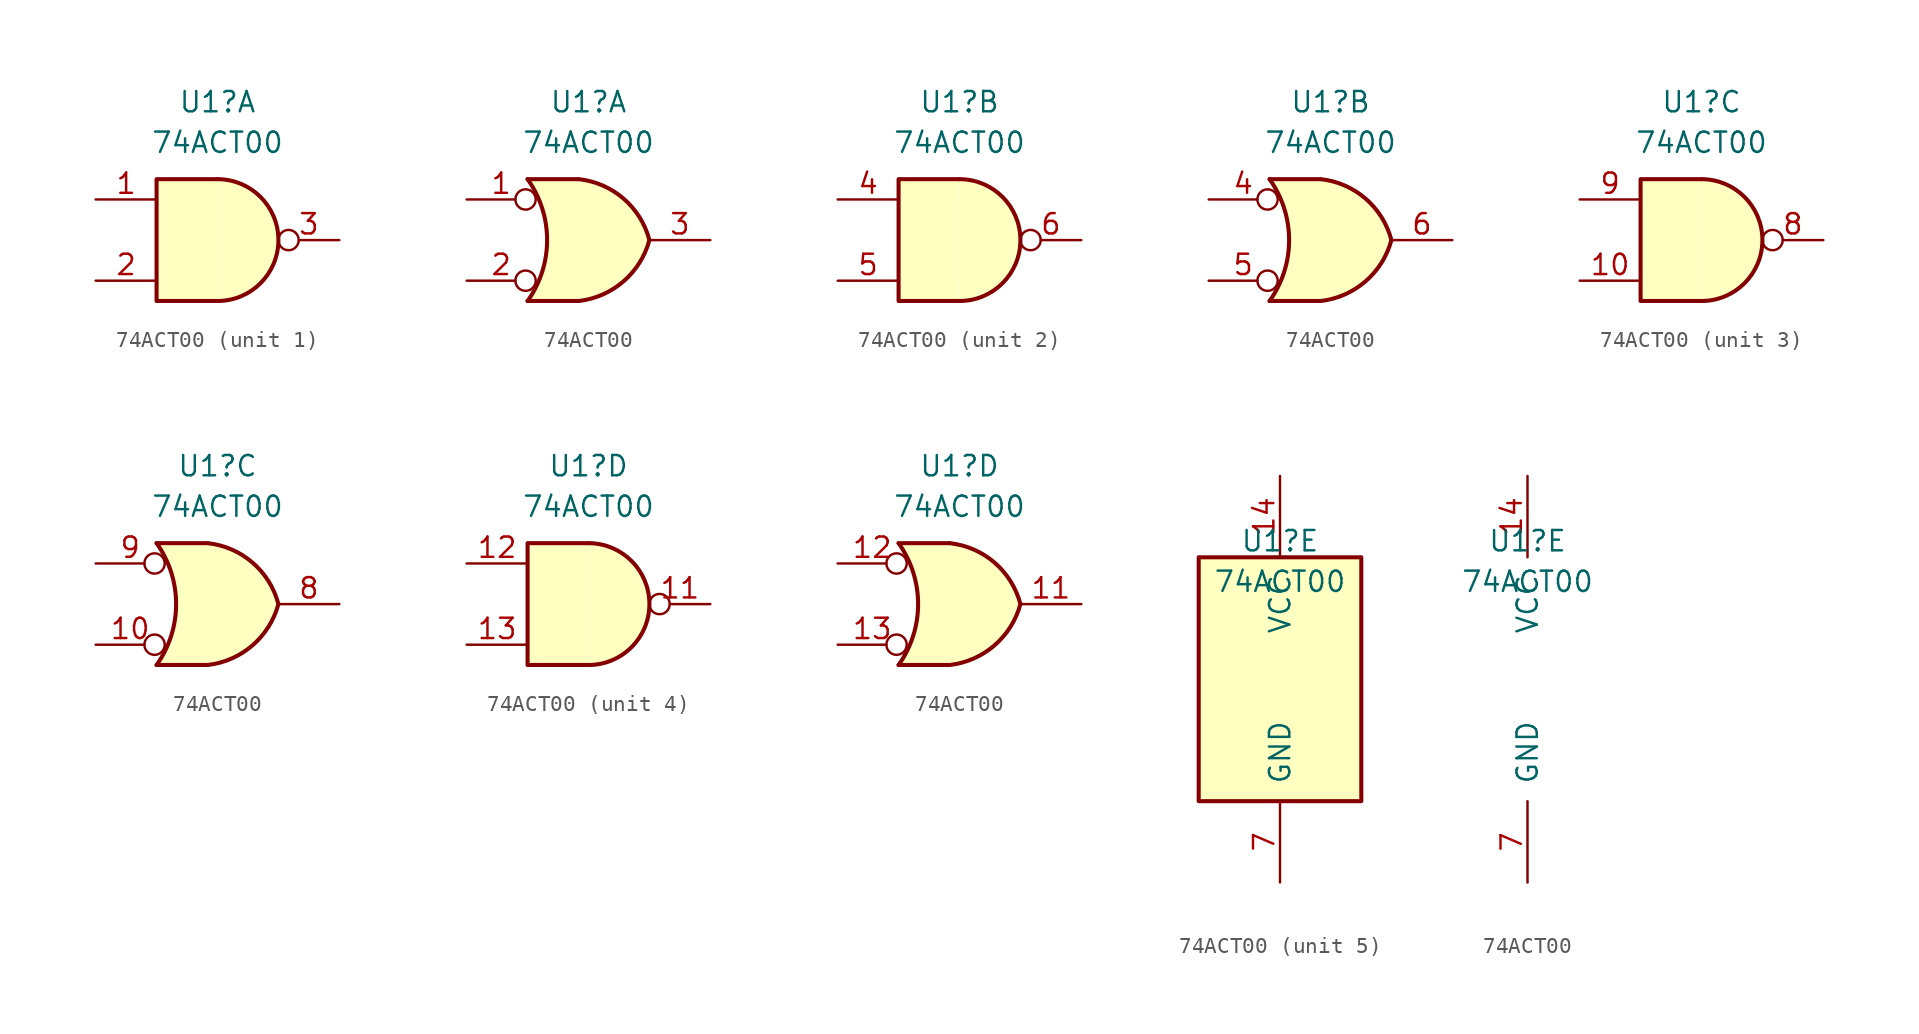
<source format=kicad_sym>
(kicad_symbol_lib
  (version 20211014)
  (generator kicad_symbol_editor)
  (symbol "74ACT00"
    (pin_names
      (offset 1.016))
    (property "Reference" "U1"
      (at 0 8.636 0)
      (effects (font (size 1.27 1.27))))
    (property "Value" "74ACT00"
      (at 0 6.096 0)
      (effects (font (size 1.27 1.27))))
    (property "ki_locked" ""
      (at 0 0 0)
      (effects (font (size 1.27 1.27))))
    (symbol "74ACT00_1_1"
      (arc (start 0 -3.81) (mid 3.81 0) (end 0 3.81) (stroke (width 0.254) (type default) (color 0 0 0 0)) (fill (type background)))
      (polyline (pts (xy 0 3.81) (xy -3.81 3.81) (xy -3.81 -3.81) (xy 0 -3.81)) (stroke (width 0.254) (type default) (color 0 0 0 0)) (fill (type background)))
      (pin input line (at -7.62 2.54 0) (length 3.81) (name "~" (effects (font (size 1.27 1.27)))) (number "1" (effects (font (size 1.27 1.27)))))
      (pin input line (at -7.62 -2.54 0) (length 3.81) (name "~" (effects (font (size 1.27 1.27)))) (number "2" (effects (font (size 1.27 1.27)))))
      (pin passive inverted (at 7.62 0 180) (length 3.81) (name "~" (effects (font (size 1.27 1.27)))) (number "3" (effects (font (size 1.27 1.27))))))
    (symbol "74ACT00_1_2"
      (arc (start -3.81 -3.81) (mid -2.589 0) (end -3.81 3.81) (stroke (width 0.254) (type default) (color 0 0 0 0)) (fill (type none)))
      (arc (start -0.6096 -3.81) (mid 2.1855 -2.584) (end 3.81 0) (stroke (width 0.254) (type default) (color 0 0 0 0)) (fill (type background)))
      (polyline (pts (xy -3.81 -3.81) (xy -0.635 -3.81)) (stroke (width 0.254) (type default) (color 0 0 0 0)) (fill (type background)))
      (polyline (pts (xy -3.81 3.81) (xy -0.635 3.81)) (stroke (width 0.254) (type default) (color 0 0 0 0)) (fill (type background)))
      (polyline (pts (xy -0.635 3.81) (xy -3.81 3.81) (xy -3.81 3.81) (xy -3.556 3.404) (xy -3.023 2.261) (xy -2.692 1.041) (xy -2.616 -0.254) (xy -2.769 -1.499) (xy -3.175 -2.718) (xy -3.81 -3.81) (xy -3.81 -3.81) (xy -0.635 -3.81)) (stroke (width -25.4) (type default) (color 0 0 0 0)) (fill (type background)))
      (arc (start 3.81 0) (mid 2.1928 2.5925) (end -0.6096 3.81) (stroke (width 0.254) (type default) (color 0 0 0 0)) (fill (type background)))
      (pin input inverted (at -7.62 2.54 0) (length 4.318) (name "~" (effects (font (size 1.27 1.27)))) (number "1" (effects (font (size 1.27 1.27)))))
      (pin input inverted (at -7.62 -2.54 0) (length 4.318) (name "~" (effects (font (size 1.27 1.27)))) (number "2" (effects (font (size 1.27 1.27)))))
      (pin output line (at 7.62 0 180) (length 3.81) (name "~" (effects (font (size 1.27 1.27)))) (number "3" (effects (font (size 1.27 1.27))))))
    (symbol "74ACT00_2_1"
      (arc (start 0 -3.81) (mid 3.81 0) (end 0 3.81) (stroke (width 0.254) (type default) (color 0 0 0 0)) (fill (type background)))
      (polyline (pts (xy 0 3.81) (xy -3.81 3.81) (xy -3.81 -3.81) (xy 0 -3.81)) (stroke (width 0.254) (type default) (color 0 0 0 0)) (fill (type background)))
      (pin input line (at -7.62 2.54 0) (length 3.81) (name "~" (effects (font (size 1.27 1.27)))) (number "4" (effects (font (size 1.27 1.27)))))
      (pin input line (at -7.62 -2.54 0) (length 3.81) (name "~" (effects (font (size 1.27 1.27)))) (number "5" (effects (font (size 1.27 1.27)))))
      (pin passive inverted (at 7.62 0 180) (length 3.81) (name "~" (effects (font (size 1.27 1.27)))) (number "6" (effects (font (size 1.27 1.27))))))
    (symbol "74ACT00_2_2"
      (arc (start -3.81 -3.81) (mid -2.589 0) (end -3.81 3.81) (stroke (width 0.254) (type default) (color 0 0 0 0)) (fill (type none)))
      (arc (start -0.6096 -3.81) (mid 2.1855 -2.584) (end 3.81 0) (stroke (width 0.254) (type default) (color 0 0 0 0)) (fill (type background)))
      (polyline (pts (xy -3.81 -3.81) (xy -0.635 -3.81)) (stroke (width 0.254) (type default) (color 0 0 0 0)) (fill (type background)))
      (polyline (pts (xy -3.81 3.81) (xy -0.635 3.81)) (stroke (width 0.254) (type default) (color 0 0 0 0)) (fill (type background)))
      (polyline (pts (xy -0.635 3.81) (xy -3.81 3.81) (xy -3.81 3.81) (xy -3.556 3.404) (xy -3.023 2.261) (xy -2.692 1.041) (xy -2.616 -0.254) (xy -2.769 -1.499) (xy -3.175 -2.718) (xy -3.81 -3.81) (xy -3.81 -3.81) (xy -0.635 -3.81)) (stroke (width -25.4) (type default) (color 0 0 0 0)) (fill (type background)))
      (arc (start 3.81 0) (mid 2.1928 2.5925) (end -0.6096 3.81) (stroke (width 0.254) (type default) (color 0 0 0 0)) (fill (type background)))
      (pin input inverted (at -7.62 2.54 0) (length 4.318) (name "~" (effects (font (size 1.27 1.27)))) (number "4" (effects (font (size 1.27 1.27)))))
      (pin input inverted (at -7.62 -2.54 0) (length 4.318) (name "~" (effects (font (size 1.27 1.27)))) (number "5" (effects (font (size 1.27 1.27)))))
      (pin output line (at 7.62 0 180) (length 3.81) (name "~" (effects (font (size 1.27 1.27)))) (number "6" (effects (font (size 1.27 1.27))))))
    (symbol "74ACT00_3_1"
      (arc (start 0 -3.81) (mid 3.81 0) (end 0 3.81) (stroke (width 0.254) (type default) (color 0 0 0 0)) (fill (type background)))
      (polyline (pts (xy 0 3.81) (xy -3.81 3.81) (xy -3.81 -3.81) (xy 0 -3.81)) (stroke (width 0.254) (type default) (color 0 0 0 0)) (fill (type background)))
      (pin input line (at -7.62 -2.54 0) (length 3.81) (name "~" (effects (font (size 1.27 1.27)))) (number "10" (effects (font (size 1.27 1.27)))))
      (pin passive inverted (at 7.62 0 180) (length 3.81) (name "~" (effects (font (size 1.27 1.27)))) (number "8" (effects (font (size 1.27 1.27)))))
      (pin input line (at -7.62 2.54 0) (length 3.81) (name "~" (effects (font (size 1.27 1.27)))) (number "9" (effects (font (size 1.27 1.27))))))
    (symbol "74ACT00_3_2"
      (arc (start -3.81 -3.81) (mid -2.589 0) (end -3.81 3.81) (stroke (width 0.254) (type default) (color 0 0 0 0)) (fill (type none)))
      (arc (start -0.6096 -3.81) (mid 2.1855 -2.584) (end 3.81 0) (stroke (width 0.254) (type default) (color 0 0 0 0)) (fill (type background)))
      (polyline (pts (xy -3.81 -3.81) (xy -0.635 -3.81)) (stroke (width 0.254) (type default) (color 0 0 0 0)) (fill (type background)))
      (polyline (pts (xy -3.81 3.81) (xy -0.635 3.81)) (stroke (width 0.254) (type default) (color 0 0 0 0)) (fill (type background)))
      (polyline (pts (xy -0.635 3.81) (xy -3.81 3.81) (xy -3.81 3.81) (xy -3.556 3.404) (xy -3.023 2.261) (xy -2.692 1.041) (xy -2.616 -0.254) (xy -2.769 -1.499) (xy -3.175 -2.718) (xy -3.81 -3.81) (xy -3.81 -3.81) (xy -0.635 -3.81)) (stroke (width -25.4) (type default) (color 0 0 0 0)) (fill (type background)))
      (arc (start 3.81 0) (mid 2.1928 2.5925) (end -0.6096 3.81) (stroke (width 0.254) (type default) (color 0 0 0 0)) (fill (type background)))
      (pin input inverted (at -7.62 -2.54 0) (length 4.318) (name "~" (effects (font (size 1.27 1.27)))) (number "10" (effects (font (size 1.27 1.27)))))
      (pin output line (at 7.62 0 180) (length 3.81) (name "~" (effects (font (size 1.27 1.27)))) (number "8" (effects (font (size 1.27 1.27)))))
      (pin input inverted (at -7.62 2.54 0) (length 4.318) (name "~" (effects (font (size 1.27 1.27)))) (number "9" (effects (font (size 1.27 1.27))))))
    (symbol "74ACT00_4_1"
      (arc (start 0 -3.81) (mid 3.81 0) (end 0 3.81) (stroke (width 0.254) (type default) (color 0 0 0 0)) (fill (type background)))
      (polyline (pts (xy 0 3.81) (xy -3.81 3.81) (xy -3.81 -3.81) (xy 0 -3.81)) (stroke (width 0.254) (type default) (color 0 0 0 0)) (fill (type background)))
      (pin passive inverted (at 7.62 0 180) (length 3.81) (name "~" (effects (font (size 1.27 1.27)))) (number "11" (effects (font (size 1.27 1.27)))))
      (pin input line (at -7.62 2.54 0) (length 3.81) (name "~" (effects (font (size 1.27 1.27)))) (number "12" (effects (font (size 1.27 1.27)))))
      (pin input line (at -7.62 -2.54 0) (length 3.81) (name "~" (effects (font (size 1.27 1.27)))) (number "13" (effects (font (size 1.27 1.27))))))
    (symbol "74ACT00_4_2"
      (arc (start -3.81 -3.81) (mid -2.589 0) (end -3.81 3.81) (stroke (width 0.254) (type default) (color 0 0 0 0)) (fill (type none)))
      (arc (start -0.6096 -3.81) (mid 2.1855 -2.584) (end 3.81 0) (stroke (width 0.254) (type default) (color 0 0 0 0)) (fill (type background)))
      (polyline (pts (xy -3.81 -3.81) (xy -0.635 -3.81)) (stroke (width 0.254) (type default) (color 0 0 0 0)) (fill (type background)))
      (polyline (pts (xy -3.81 3.81) (xy -0.635 3.81)) (stroke (width 0.254) (type default) (color 0 0 0 0)) (fill (type background)))
      (polyline (pts (xy -0.635 3.81) (xy -3.81 3.81) (xy -3.81 3.81) (xy -3.556 3.404) (xy -3.023 2.261) (xy -2.692 1.041) (xy -2.616 -0.254) (xy -2.769 -1.499) (xy -3.175 -2.718) (xy -3.81 -3.81) (xy -3.81 -3.81) (xy -0.635 -3.81)) (stroke (width -25.4) (type default) (color 0 0 0 0)) (fill (type background)))
      (arc (start 3.81 0) (mid 2.1928 2.5925) (end -0.6096 3.81) (stroke (width 0.254) (type default) (color 0 0 0 0)) (fill (type background)))
      (pin output line (at 7.62 0 180) (length 3.81) (name "~" (effects (font (size 1.27 1.27)))) (number "11" (effects (font (size 1.27 1.27)))))
      (pin input inverted (at -7.62 2.54 0) (length 4.318) (name "~" (effects (font (size 1.27 1.27)))) (number "12" (effects (font (size 1.27 1.27)))))
      (pin input inverted (at -7.62 -2.54 0) (length 4.318) (name "~" (effects (font (size 1.27 1.27)))) (number "13" (effects (font (size 1.27 1.27))))))
    (symbol "74ACT00_5_0"
      (pin power_in line (at 0 12.7 270) (length 5.08) (name "VCC" (effects (font (size 1.27 1.27)))) (number "14" (effects (font (size 1.27 1.27)))))
      (pin power_in line (at 0 -12.7 90) (length 5.08) (name "GND" (effects (font (size 1.27 1.27)))) (number "7" (effects (font (size 1.27 1.27))))))
    (symbol "74ACT00_5_1"
      (rectangle (start -5.08 7.62) (end 5.08 -7.62) (stroke (width 0.254) (type default) (color 0 0 0 0)) (fill (type background))))))
</source>
